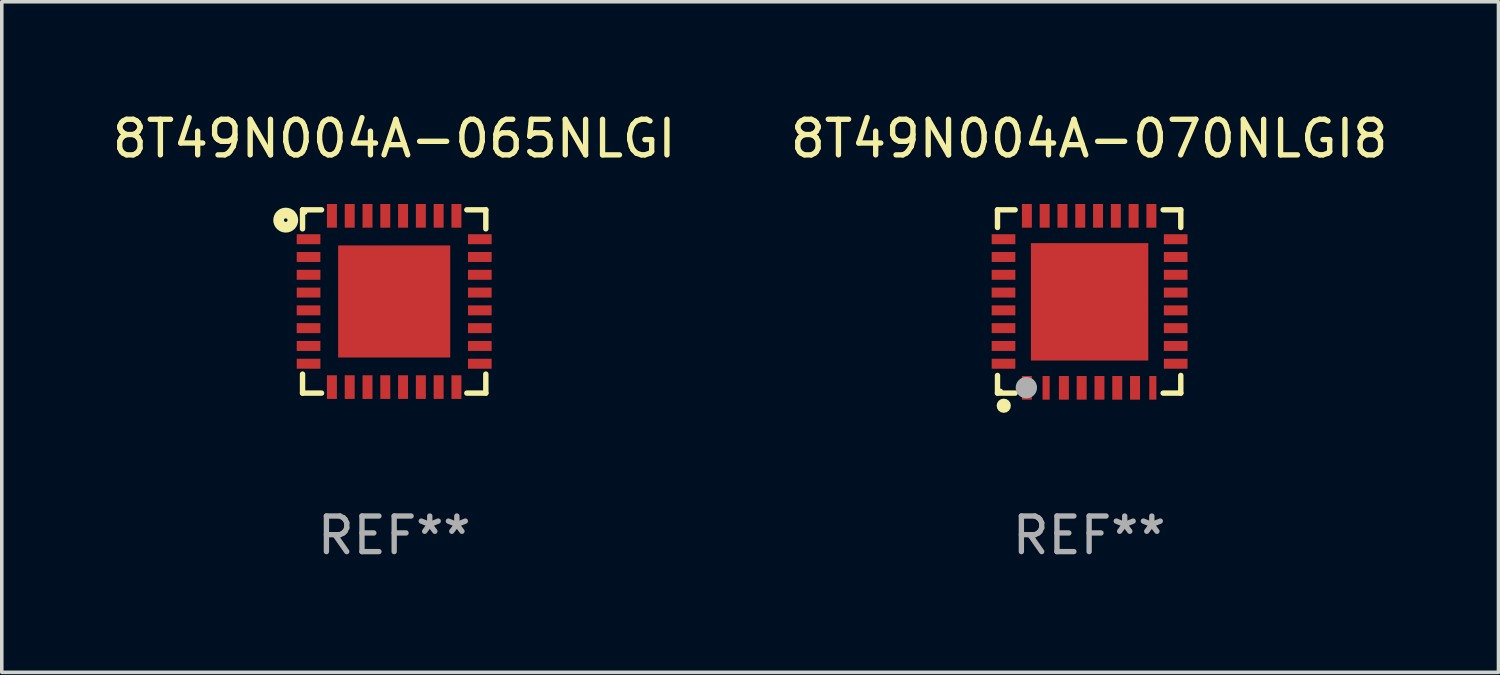
<source format=kicad_pcb>
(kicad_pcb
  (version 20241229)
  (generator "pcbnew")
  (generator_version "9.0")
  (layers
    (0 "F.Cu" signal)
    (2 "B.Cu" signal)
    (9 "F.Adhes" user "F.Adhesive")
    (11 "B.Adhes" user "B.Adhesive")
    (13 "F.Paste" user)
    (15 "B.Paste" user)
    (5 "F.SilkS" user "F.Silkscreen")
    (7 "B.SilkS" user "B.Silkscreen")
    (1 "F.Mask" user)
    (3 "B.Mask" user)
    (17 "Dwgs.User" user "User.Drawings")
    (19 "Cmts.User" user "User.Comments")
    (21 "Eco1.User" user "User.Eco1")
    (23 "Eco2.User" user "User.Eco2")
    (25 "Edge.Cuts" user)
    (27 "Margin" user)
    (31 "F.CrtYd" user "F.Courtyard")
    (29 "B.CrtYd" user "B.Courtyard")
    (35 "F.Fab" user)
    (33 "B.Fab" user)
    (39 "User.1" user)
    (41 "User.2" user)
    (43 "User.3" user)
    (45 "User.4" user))
  (footprint "8T49N004A-065NLGI"
    (layer "F.Cu")
    (at 8.03 5.424)
    (property "Reference" "8T49N004A-065NLGI" (at 0 -4.576 0) (layer "F.SilkS") (effects (font (size 1 1) (thickness 0.15))))
    (attr through_hole)
    (fp_line (start -2.576 -2.576) (end -2.042 -2.576) (stroke (width 0.152) (type solid)) (layer "F.SilkS"))
    (fp_line (start -2.576 -2.042) (end -2.576 -2.576) (stroke (width 0.152) (type solid)) (layer "F.SilkS"))
    (fp_line (start -2.576 2.042) (end -2.576 2.576) (stroke (width 0.152) (type solid)) (layer "F.SilkS"))
    (fp_line (start -2.576 2.576) (end -2.042 2.576) (stroke (width 0.152) (type solid)) (layer "F.SilkS"))
    (fp_line (start 2.576 -2.576) (end 2.042 -2.576) (stroke (width 0.152) (type solid)) (layer "F.SilkS"))
    (fp_line (start 2.576 -2.042) (end 2.576 -2.576) (stroke (width 0.152) (type solid)) (layer "F.SilkS"))
    (fp_line (start 2.576 2.042) (end 2.576 2.576) (stroke (width 0.152) (type solid)) (layer "F.SilkS"))
    (fp_line (start 2.576 2.576) (end 2.042 2.576) (stroke (width 0.152) (type solid)) (layer "F.SilkS"))
    (fp_circle (center -3.048 -2.286) (end -2.848 -2.286) (stroke (width 0.3) (type solid)) (fill no) (layer "F.SilkS"))
    (fp_circle (center -2.5 -2.5) (end -2.47 -2.5) (stroke (width 0.06) (type solid)) (fill no) (layer "F.SilkS"))
    (fp_text user "REF**" (at 0 6.576 0) (layer "F.Fab") (effects (font (size 1 1) (thickness 0.15))))
    (pad "1" smd rect (at -2.407 -1.75) (size 0.665 0.28) (layers "F.Cu" "F.Mask" "F.Paste"))
    (pad "2" smd rect (at -2.407 -1.25) (size 0.665 0.28) (layers "F.Cu" "F.Mask" "F.Paste"))
    (pad "3" smd rect (at -2.407 -0.75) (size 0.665 0.28) (layers "F.Cu" "F.Mask" "F.Paste"))
    (pad "4" smd rect (at -2.407 -0.25) (size 0.665 0.28) (layers "F.Cu" "F.Mask" "F.Paste"))
    (pad "5" smd rect (at -2.407 0.25) (size 0.665 0.28) (layers "F.Cu" "F.Mask" "F.Paste"))
    (pad "6" smd rect (at -2.407 0.75) (size 0.665 0.28) (layers "F.Cu" "F.Mask" "F.Paste"))
    (pad "7" smd rect (at -2.407 1.25) (size 0.665 0.28) (layers "F.Cu" "F.Mask" "F.Paste"))
    (pad "8" smd rect (at -2.407 1.75) (size 0.665 0.28) (layers "F.Cu" "F.Mask" "F.Paste"))
    (pad "9" smd rect (at -1.75 2.407) (size 0.28 0.665) (layers "F.Cu" "F.Mask" "F.Paste"))
    (pad "10" smd rect (at -1.25 2.407) (size 0.28 0.665) (layers "F.Cu" "F.Mask" "F.Paste"))
    (pad "11" smd rect (at -0.75 2.407) (size 0.28 0.665) (layers "F.Cu" "F.Mask" "F.Paste"))
    (pad "12" smd rect (at -0.25 2.407) (size 0.28 0.665) (layers "F.Cu" "F.Mask" "F.Paste"))
    (pad "13" smd rect (at 0.25 2.407) (size 0.28 0.665) (layers "F.Cu" "F.Mask" "F.Paste"))
    (pad "14" smd rect (at 0.75 2.407) (size 0.28 0.665) (layers "F.Cu" "F.Mask" "F.Paste"))
    (pad "15" smd rect (at 1.25 2.407) (size 0.28 0.665) (layers "F.Cu" "F.Mask" "F.Paste"))
    (pad "16" smd rect (at 1.75 2.407) (size 0.28 0.665) (layers "F.Cu" "F.Mask" "F.Paste"))
    (pad "17" smd rect (at 2.407 1.75) (size 0.665 0.28) (layers "F.Cu" "F.Mask" "F.Paste"))
    (pad "18" smd rect (at 2.407 1.25) (size 0.665 0.28) (layers "F.Cu" "F.Mask" "F.Paste"))
    (pad "19" smd rect (at 2.407 0.75) (size 0.665 0.28) (layers "F.Cu" "F.Mask" "F.Paste"))
    (pad "20" smd rect (at 2.407 0.25) (size 0.665 0.28) (layers "F.Cu" "F.Mask" "F.Paste"))
    (pad "21" smd rect (at 2.407 -0.25) (size 0.665 0.28) (layers "F.Cu" "F.Mask" "F.Paste"))
    (pad "22" smd rect (at 2.407 -0.75) (size 0.665 0.28) (layers "F.Cu" "F.Mask" "F.Paste"))
    (pad "23" smd rect (at 2.407 -1.25) (size 0.665 0.28) (layers "F.Cu" "F.Mask" "F.Paste"))
    (pad "24" smd rect (at 2.407 -1.75) (size 0.665 0.28) (layers "F.Cu" "F.Mask" "F.Paste"))
    (pad "25" smd rect (at 1.75 -2.407) (size 0.28 0.665) (layers "F.Cu" "F.Mask" "F.Paste"))
    (pad "26" smd rect (at 1.25 -2.407) (size 0.28 0.665) (layers "F.Cu" "F.Mask" "F.Paste"))
    (pad "27" smd rect (at 0.75 -2.407) (size 0.28 0.665) (layers "F.Cu" "F.Mask" "F.Paste"))
    (pad "28" smd rect (at 0.25 -2.407) (size 0.28 0.665) (layers "F.Cu" "F.Mask" "F.Paste"))
    (pad "29" smd rect (at -0.25 -2.407) (size 0.28 0.665) (layers "F.Cu" "F.Mask" "F.Paste"))
    (pad "30" smd rect (at -0.75 -2.407) (size 0.28 0.665) (layers "F.Cu" "F.Mask" "F.Paste"))
    (pad "31" smd rect (at -1.25 -2.407) (size 0.28 0.665) (layers "F.Cu" "F.Mask" "F.Paste"))
    (pad "32" smd rect (at -1.75 -2.407) (size 0.28 0.665) (layers "F.Cu" "F.Mask" "F.Paste"))
    (pad "33" smd rect (at 0 0) (size 3.15 3.15) (layers "F.Cu" "F.Mask" "F.Paste")))
  (footprint "8T49N004A-070NLGI8"
    (layer "F.Cu")
    (at 27.565 5.424)
    (property "Reference" "8T49N004A-070NLGI8" (at 0 -4.576 0) (layer "F.SilkS") (effects (font (size 1 1) (thickness 0.15))))
    (attr through_hole)
    (fp_line (start -2.576 -2.576) (end -2.576 -2.08) (stroke (width 0.152) (type solid)) (layer "F.SilkS"))
    (fp_line (start -2.576 2.576) (end -2.576 2.08) (stroke (width 0.152) (type solid)) (layer "F.SilkS"))
    (fp_line (start -2.08 -2.576) (end -2.576 -2.576) (stroke (width 0.152) (type solid)) (layer "F.SilkS"))
    (fp_line (start -2.08 2.576) (end -2.576 2.576) (stroke (width 0.152) (type solid)) (layer "F.SilkS"))
    (fp_line (start 2.08 -2.576) (end 2.576 -2.576) (stroke (width 0.152) (type solid)) (layer "F.SilkS"))
    (fp_line (start 2.08 2.576) (end 2.576 2.576) (stroke (width 0.152) (type solid)) (layer "F.SilkS"))
    (fp_line (start 2.576 -2.576) (end 2.576 -2.08) (stroke (width 0.152) (type solid)) (layer "F.SilkS"))
    (fp_line (start 2.576 2.576) (end 2.576 2.08) (stroke (width 0.152) (type solid)) (layer "F.SilkS"))
    (fp_circle (center -2.487 2.51) (end -2.457 2.51) (stroke (width 0.06) (type solid)) (fill no) (layer "F.SilkS"))
    (fp_circle (center -2.4 2.931) (end -2.3 2.931) (stroke (width 0.2) (type solid)) (fill no) (layer "F.SilkS"))
    (fp_circle (center -1.765 2.423) (end -1.615 2.423) (stroke (width 0.3) (type solid)) (fill no) (layer "F.Fab"))
    (fp_text user "REF**" (at 0 6.576 0) (layer "F.Fab") (effects (font (size 1 1) (thickness 0.15))))
    (pad "1" smd rect (at -1.75 2.428) (size 0.28 0.665) (layers "F.Cu" "F.Mask" "F.Paste"))
    (pad "2" smd rect (at -1.21 2.428) (size 0.2 0.665) (layers "F.Cu" "F.Mask" "F.Paste"))
    (pad "3" smd rect (at -0.71 2.428) (size 0.28 0.665) (layers "F.Cu" "F.Mask" "F.Paste"))
    (pad "4" smd rect (at -0.21 2.428) (size 0.28 0.665) (layers "F.Cu" "F.Mask" "F.Paste"))
    (pad "5" smd rect (at 0.29 2.428) (size 0.28 0.665) (layers "F.Cu" "F.Mask" "F.Paste"))
    (pad "6" smd rect (at 0.79 2.428) (size 0.28 0.665) (layers "F.Cu" "F.Mask" "F.Paste"))
    (pad "7" smd rect (at 1.29 2.428) (size 0.28 0.665) (layers "F.Cu" "F.Mask" "F.Paste"))
    (pad "8" smd rect (at 1.79 2.428) (size 0.2 0.665) (layers "F.Cu" "F.Mask" "F.Paste"))
    (pad "9" smd rect (at 2.433 1.75) (size 0.665 0.28) (layers "F.Cu" "F.Mask" "F.Paste"))
    (pad "10" smd rect (at 2.433 1.25) (size 0.665 0.28) (layers "F.Cu" "F.Mask" "F.Paste"))
    (pad "11" smd rect (at 2.433 0.75) (size 0.665 0.28) (layers "F.Cu" "F.Mask" "F.Paste"))
    (pad "12" smd rect (at 2.433 0.25) (size 0.665 0.28) (layers "F.Cu" "F.Mask" "F.Paste"))
    (pad "13" smd rect (at 2.433 -0.25) (size 0.665 0.28) (layers "F.Cu" "F.Mask" "F.Paste"))
    (pad "14" smd rect (at 2.433 -0.75) (size 0.665 0.28) (layers "F.Cu" "F.Mask" "F.Paste"))
    (pad "15" smd rect (at 2.433 -1.25) (size 0.665 0.28) (layers "F.Cu" "F.Mask" "F.Paste"))
    (pad "16" smd rect (at 2.433 -1.75) (size 0.665 0.28) (layers "F.Cu" "F.Mask" "F.Paste"))
    (pad "17" smd rect (at 1.75 -2.407) (size 0.28 0.665) (layers "F.Cu" "F.Mask" "F.Paste"))
    (pad "18" smd rect (at 1.25 -2.407) (size 0.28 0.665) (layers "F.Cu" "F.Mask" "F.Paste"))
    (pad "19" smd rect (at 0.75 -2.407) (size 0.28 0.665) (layers "F.Cu" "F.Mask" "F.Paste"))
    (pad "20" smd rect (at 0.25 -2.407) (size 0.28 0.665) (layers "F.Cu" "F.Mask" "F.Paste"))
    (pad "21" smd rect (at -0.25 -2.407) (size 0.28 0.665) (layers "F.Cu" "F.Mask" "F.Paste"))
    (pad "22" smd rect (at -0.75 -2.407) (size 0.28 0.665) (layers "F.Cu" "F.Mask" "F.Paste"))
    (pad "23" smd rect (at -1.25 -2.407) (size 0.28 0.665) (layers "F.Cu" "F.Mask" "F.Paste"))
    (pad "24" smd rect (at -1.75 -2.407) (size 0.28 0.665) (layers "F.Cu" "F.Mask" "F.Paste"))
    (pad "25" smd rect (at -2.407 -1.75) (size 0.665 0.28) (layers "F.Cu" "F.Mask" "F.Paste"))
    (pad "26" smd rect (at -2.407 -1.25) (size 0.665 0.28) (layers "F.Cu" "F.Mask" "F.Paste"))
    (pad "27" smd rect (at -2.407 -0.75) (size 0.665 0.28) (layers "F.Cu" "F.Mask" "F.Paste"))
    (pad "28" smd rect (at -2.407 -0.25) (size 0.665 0.28) (layers "F.Cu" "F.Mask" "F.Paste"))
    (pad "29" smd rect (at -2.407 0.25) (size 0.665 0.28) (layers "F.Cu" "F.Mask" "F.Paste"))
    (pad "30" smd rect (at -2.407 0.75) (size 0.665 0.28) (layers "F.Cu" "F.Mask" "F.Paste"))
    (pad "31" smd rect (at -2.407 1.25) (size 0.665 0.28) (layers "F.Cu" "F.Mask" "F.Paste"))
    (pad "32" smd rect (at -2.407 1.75) (size 0.665 0.28) (layers "F.Cu" "F.Mask" "F.Paste"))
    (pad "33" smd rect (at 0.013 0.01) (size 3.3 3.3) (layers "F.Cu" "F.Mask" "F.Paste")))
  (gr_rect
    (start -3 -3)
    (end 39.071 15.849)
    (stroke (width 0.1) (type default))
    (fill no)
    (layer "Edge.Cuts")))
</source>
